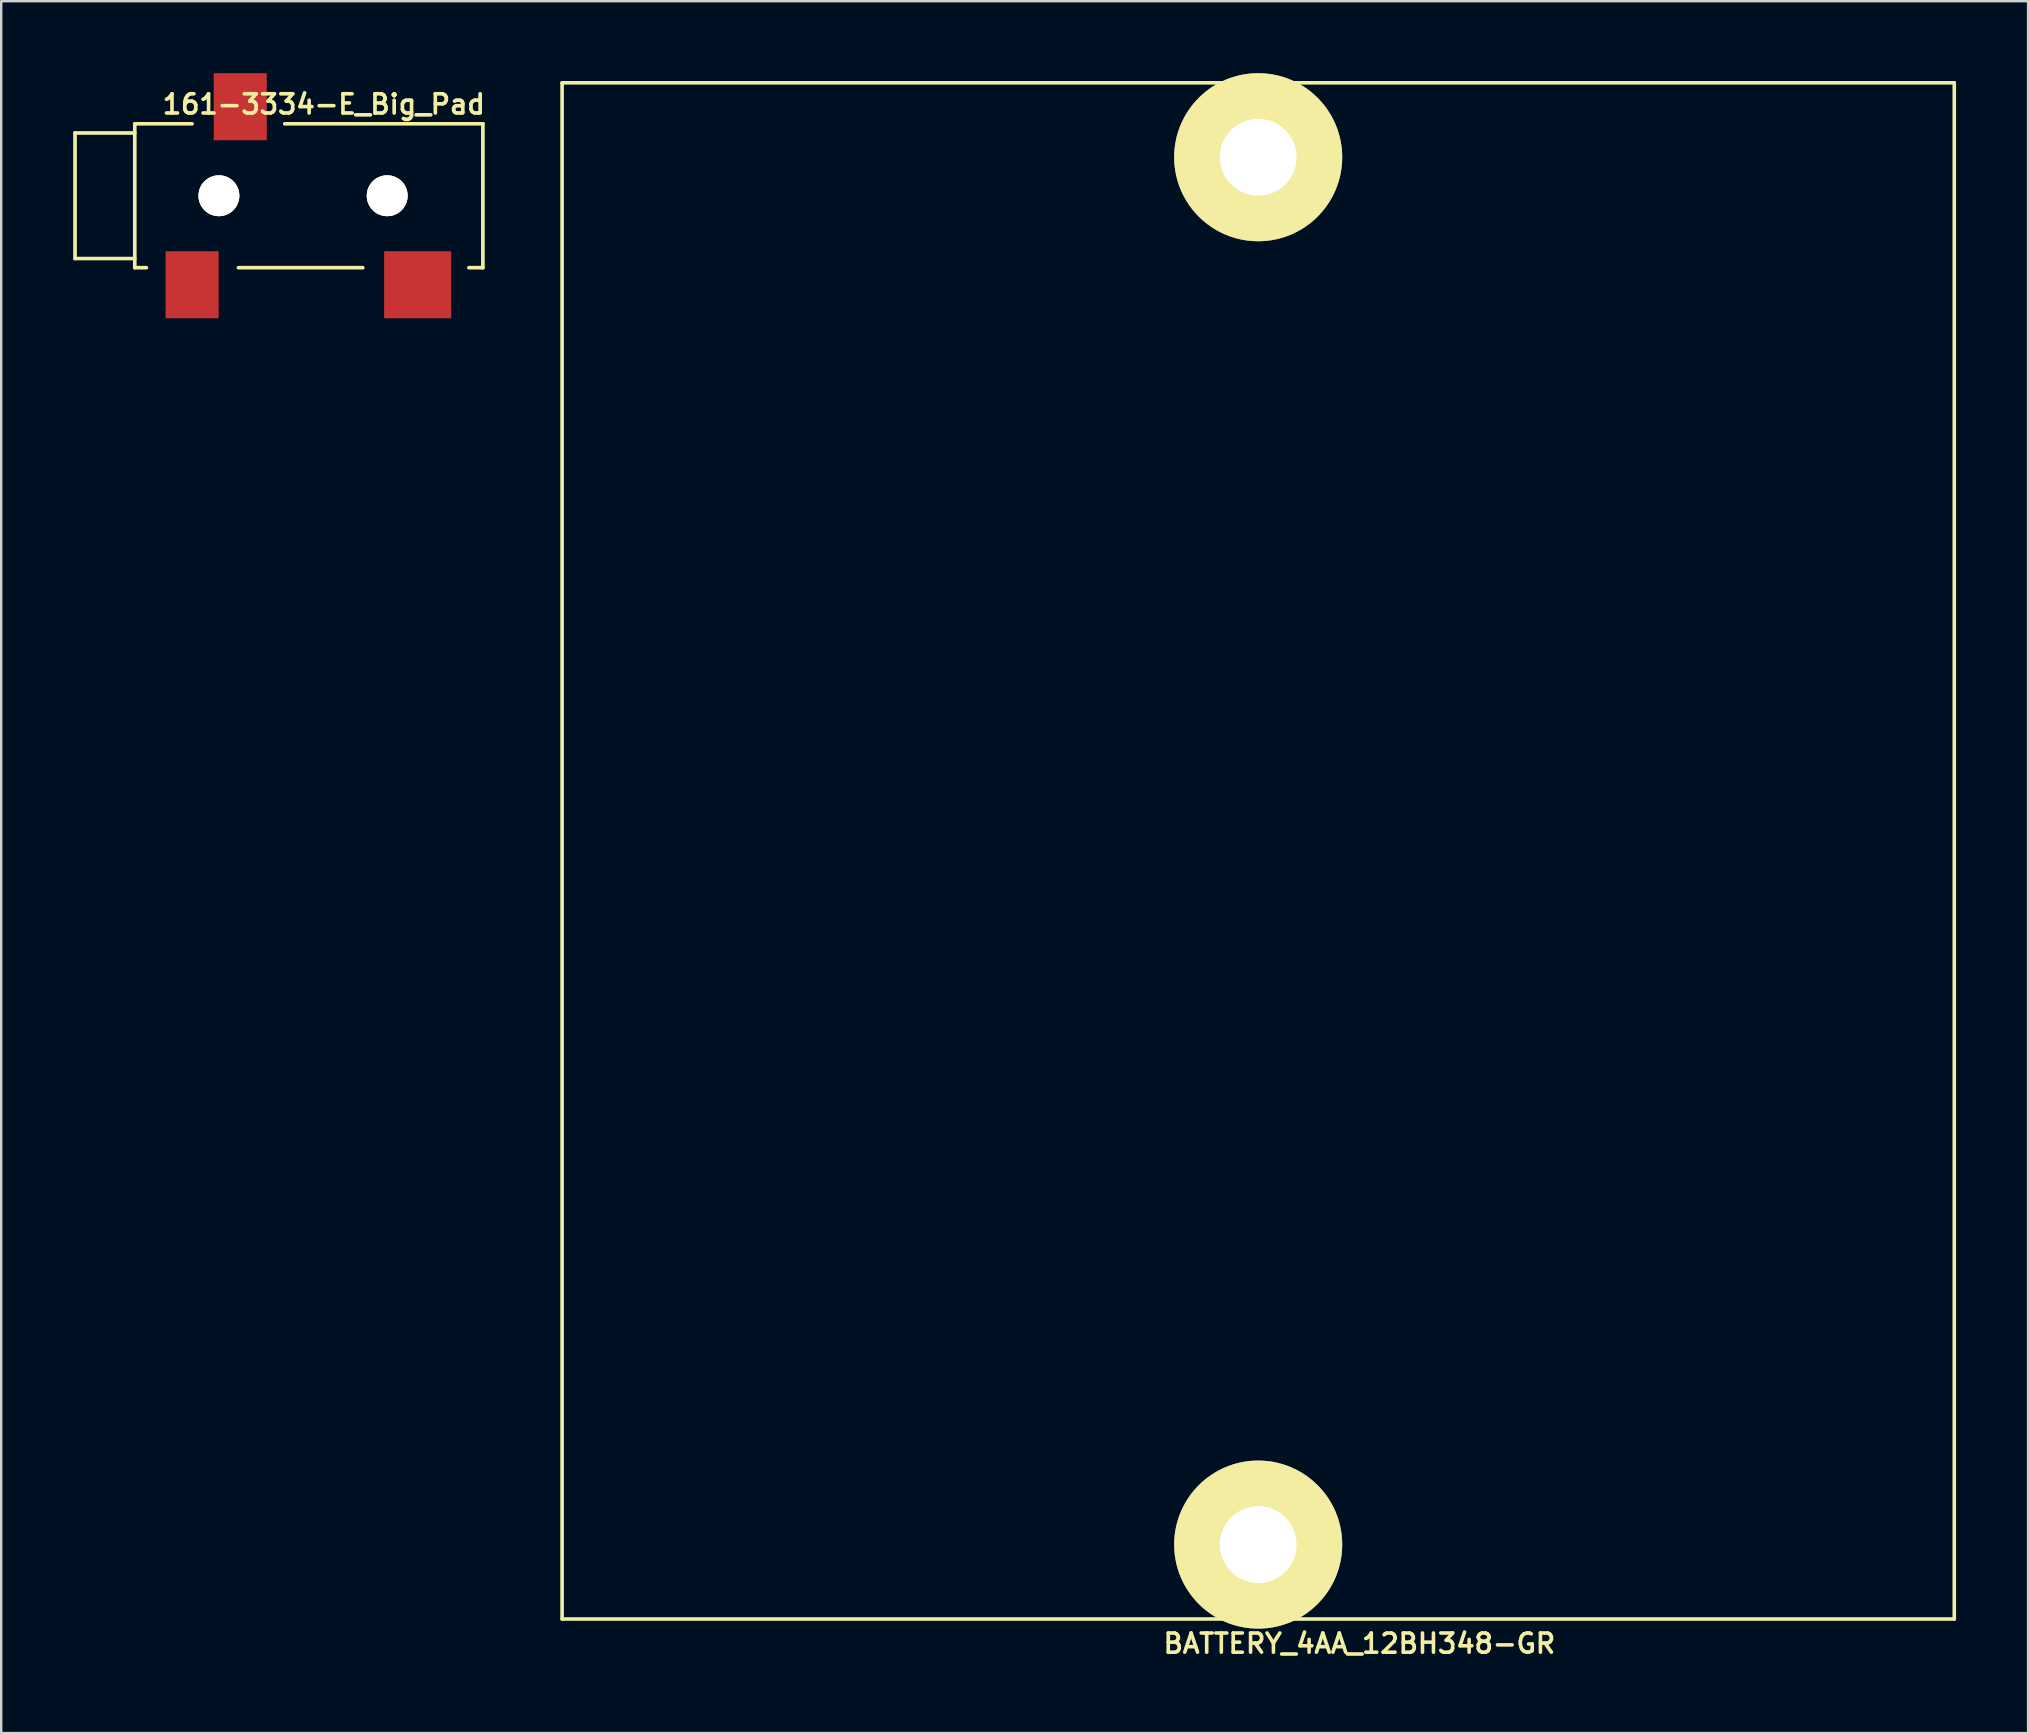
<source format=kicad_pcb>
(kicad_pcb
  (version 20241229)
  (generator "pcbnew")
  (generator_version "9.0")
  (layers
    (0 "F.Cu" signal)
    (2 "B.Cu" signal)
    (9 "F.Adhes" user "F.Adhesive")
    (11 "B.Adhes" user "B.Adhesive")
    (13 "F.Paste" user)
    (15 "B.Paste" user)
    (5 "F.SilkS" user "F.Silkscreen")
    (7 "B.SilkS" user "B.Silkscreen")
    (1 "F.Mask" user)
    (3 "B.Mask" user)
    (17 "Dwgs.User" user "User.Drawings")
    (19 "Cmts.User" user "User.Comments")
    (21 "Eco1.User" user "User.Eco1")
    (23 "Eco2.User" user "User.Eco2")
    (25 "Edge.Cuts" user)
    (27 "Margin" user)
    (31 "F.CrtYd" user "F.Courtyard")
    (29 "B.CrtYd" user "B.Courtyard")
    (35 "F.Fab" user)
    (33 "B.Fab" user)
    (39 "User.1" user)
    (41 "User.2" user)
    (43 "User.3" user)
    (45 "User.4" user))
  (footprint "BATTERY_4AA_12BH348-GR"
    (layer "F.Cu")
    (at 49.368 32.4)
    (property "Reference" "BATTERY_4AA_12BH348-GR" (at 4.216 33.02 0) (layer "F.SilkS") (effects (font (size 0.8 0.8) (thickness 0.15))))
    (attr through_hole)
    (fp_line (start -29 -32) (end 29 -32) (stroke (width 0.15) (type solid)) (layer "F.SilkS"))
    (fp_line (start -29 32) (end -29 -32) (stroke (width 0.15) (type solid)) (layer "F.SilkS"))
    (fp_line (start 29 -32) (end 29 32) (stroke (width 0.15) (type solid)) (layer "F.SilkS"))
    (fp_line (start 29 32) (end -29 32) (stroke (width 0.15) (type solid)) (layer "F.SilkS"))
    (pad "" np_thru_hole circle (at 0 -28.9) (size 7 7) (drill 3.2) (layers "*.Cu" "*.Mask" "F.SilkS"))
    (pad "" np_thru_hole circle (at 0 28.9) (size 7 7) (drill 3.2) (layers "*.Cu" "*.Mask" "F.SilkS")))
  (footprint "161-3334-E_Big_Pad"
    (layer "F.Cu")
    (at 2.565 5.105)
    (property "Reference" "161-3334-E_Big_Pad" (at 7.874 -3.81 0) (layer "F.SilkS") (effects (font (size 0.8 0.8) (thickness 0.152))))
    (attr through_hole)
    (fp_line (start -2.489 -2.616) (end 0 -2.616) (stroke (width 0.152) (type solid)) (layer "F.SilkS"))
    (fp_line (start -2.489 2.616) (end -2.489 -2.616) (stroke (width 0.152) (type solid)) (layer "F.SilkS"))
    (fp_line (start 0 -2.997) (end 2.388 -2.997) (stroke (width 0.152) (type solid)) (layer "F.SilkS"))
    (fp_line (start 0 2.616) (end -2.489 2.616) (stroke (width 0.152) (type solid)) (layer "F.SilkS"))
    (fp_line (start 0 2.997) (end 0 -2.997) (stroke (width 0.152) (type solid)) (layer "F.SilkS"))
    (fp_line (start 0 2.997) (end 0.483 2.997) (stroke (width 0.152) (type solid)) (layer "F.SilkS"))
    (fp_line (start 4.318 2.997) (end 9.5 2.997) (stroke (width 0.152) (type solid)) (layer "F.SilkS"))
    (fp_line (start 6.248 -2.997) (end 14.503 -2.997) (stroke (width 0.152) (type solid)) (layer "F.SilkS"))
    (fp_line (start 13.919 2.997) (end 14.503 2.997) (stroke (width 0.152) (type solid)) (layer "F.SilkS"))
    (fp_line (start 14.503 -2.997) (end 14.503 2.997) (stroke (width 0.152) (type solid)) (layer "F.SilkS"))
    (pad "" np_thru_hole circle (at 3.505 0 270) (size 1.702 1.702) (drill 1.7) (layers "*.Cu" "*.Mask" "F.SilkS"))
    (pad "" np_thru_hole circle (at 10.516 0 270) (size 1.702 1.702) (drill 1.7) (layers "*.Cu" "*.Mask" "F.SilkS"))
    (pad "1" smd rect (at 4.394 -3.708) (size 2.21 2.794) (layers "F.Cu" "F.Mask" "F.Paste"))
    (pad "2" smd rect (at 11.786 3.708) (size 2.794 2.794) (layers "F.Cu" "F.Mask" "F.Paste"))
    (pad "3" smd rect (at 2.388 3.708) (size 2.21 2.794) (layers "F.Cu" "F.Mask" "F.Paste")))
  (gr_rect
    (start -3 -3)
    (end 81.443 69.151)
    (stroke (width 0.1) (type default))
    (fill no)
    (layer "Edge.Cuts")))
</source>
